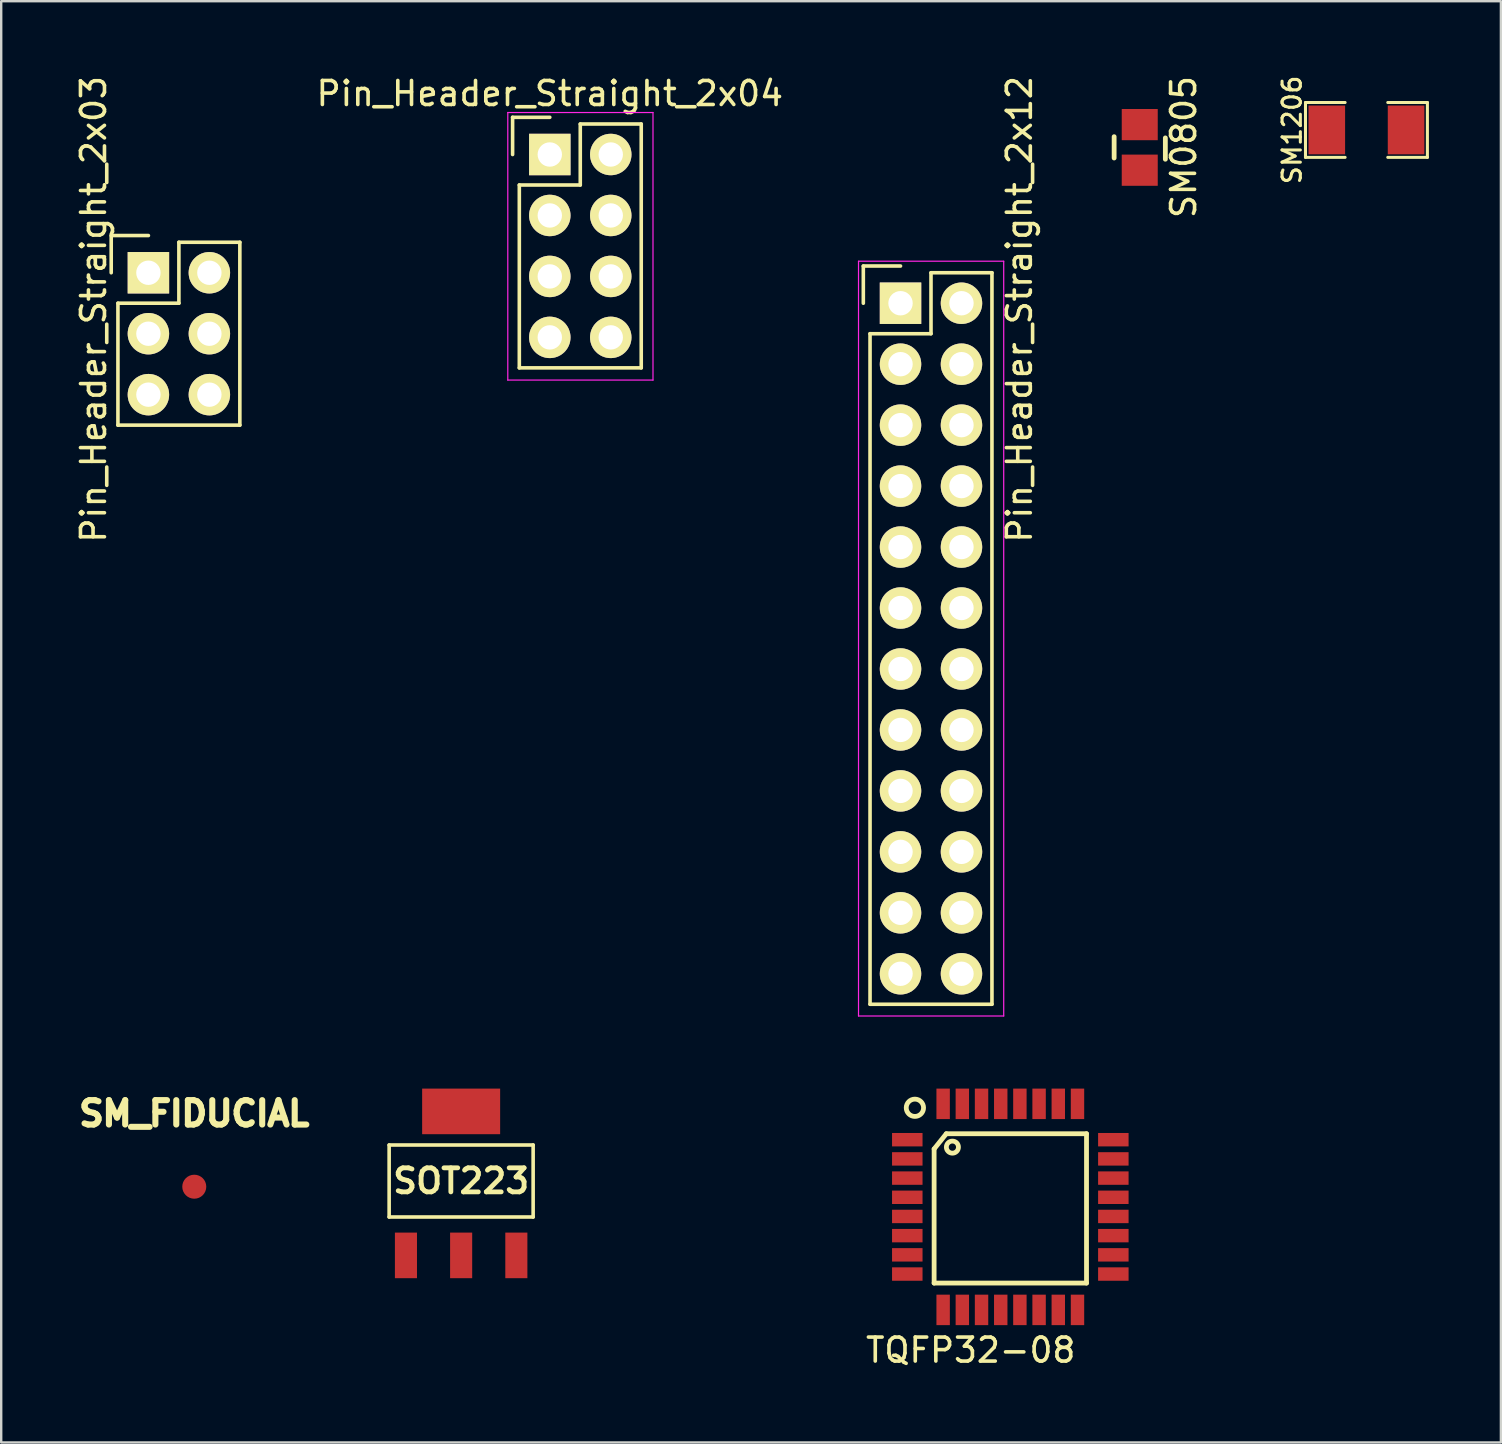
<source format=kicad_pcb>
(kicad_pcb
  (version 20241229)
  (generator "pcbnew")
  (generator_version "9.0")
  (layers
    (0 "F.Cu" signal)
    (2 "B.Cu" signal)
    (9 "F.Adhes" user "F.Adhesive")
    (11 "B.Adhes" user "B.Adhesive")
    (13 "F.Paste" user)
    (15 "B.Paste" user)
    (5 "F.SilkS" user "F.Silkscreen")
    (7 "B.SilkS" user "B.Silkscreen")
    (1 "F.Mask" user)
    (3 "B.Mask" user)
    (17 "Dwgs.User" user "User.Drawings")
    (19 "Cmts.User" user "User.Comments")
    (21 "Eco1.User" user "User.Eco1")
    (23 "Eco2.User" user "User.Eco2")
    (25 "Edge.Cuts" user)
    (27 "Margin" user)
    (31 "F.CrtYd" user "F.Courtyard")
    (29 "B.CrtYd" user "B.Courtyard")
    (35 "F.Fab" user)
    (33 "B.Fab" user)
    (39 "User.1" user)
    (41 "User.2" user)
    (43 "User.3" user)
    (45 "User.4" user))
  (footprint "Pin_Header_Straight_2x04"
    (layer "F.Cu")
    (at 19.859 3.388)
    (property "Reference" "Pin_Header_Straight_2x04" (at 0 -2.54 0) (layer "F.SilkS") (effects (font (size 1 1) (thickness 0.15))))
    (attr through_hole)
    (fp_line (start -1.55 -1.55) (end -1.55 0) (stroke (width 0.15) (type solid)) (layer "F.SilkS"))
    (fp_line (start -1.27 1.27) (end -1.27 8.89) (stroke (width 0.15) (type solid)) (layer "F.SilkS"))
    (fp_line (start -1.27 8.89) (end 3.81 8.89) (stroke (width 0.15) (type solid)) (layer "F.SilkS"))
    (fp_line (start 0 -1.55) (end -1.55 -1.55) (stroke (width 0.15) (type solid)) (layer "F.SilkS"))
    (fp_line (start 1.27 -1.27) (end 1.27 1.27) (stroke (width 0.15) (type solid)) (layer "F.SilkS"))
    (fp_line (start 1.27 1.27) (end -1.27 1.27) (stroke (width 0.15) (type solid)) (layer "F.SilkS"))
    (fp_line (start 3.81 -1.27) (end 1.27 -1.27) (stroke (width 0.15) (type solid)) (layer "F.SilkS"))
    (fp_line (start 3.81 8.89) (end 3.81 -1.27) (stroke (width 0.15) (type solid)) (layer "F.SilkS"))
    (fp_line (start -1.75 -1.75) (end -1.75 9.4) (stroke (width 0.05) (type solid)) (layer "F.CrtYd"))
    (fp_line (start -1.75 -1.75) (end 4.3 -1.75) (stroke (width 0.05) (type solid)) (layer "F.CrtYd"))
    (fp_line (start -1.75 9.4) (end 4.3 9.4) (stroke (width 0.05) (type solid)) (layer "F.CrtYd"))
    (fp_line (start 4.3 -1.75) (end 4.3 9.4) (stroke (width 0.05) (type solid)) (layer "F.CrtYd"))
    (pad "1" thru_hole rect (at 0 0) (size 1.727 1.727) (drill 1.016) (layers "*.Cu" "*.Mask" "F.SilkS"))
    (pad "2" thru_hole oval (at 2.54 0) (size 1.727 1.727) (drill 1.016) (layers "*.Cu" "*.Mask" "F.SilkS"))
    (pad "3" thru_hole oval (at 0 2.54) (size 1.727 1.727) (drill 1.016) (layers "*.Cu" "*.Mask" "F.SilkS"))
    (pad "4" thru_hole oval (at 2.54 2.54) (size 1.727 1.727) (drill 1.016) (layers "*.Cu" "*.Mask" "F.SilkS"))
    (pad "5" thru_hole oval (at 0 5.08) (size 1.727 1.727) (drill 1.016) (layers "*.Cu" "*.Mask" "F.SilkS"))
    (pad "6" thru_hole oval (at 2.54 5.08) (size 1.727 1.727) (drill 1.016) (layers "*.Cu" "*.Mask" "F.SilkS"))
    (pad "7" thru_hole oval (at 0 7.62) (size 1.727 1.727) (drill 1.016) (layers "*.Cu" "*.Mask" "F.SilkS"))
    (pad "8" thru_hole oval (at 2.54 7.62) (size 1.727 1.727) (drill 1.016) (layers "*.Cu" "*.Mask" "F.SilkS")))
  (footprint "SOT223"
    (layer "F.Cu")
    (at 29.665 44.16)
    (property "Reference" "SOT223" (at -13.5 2 0) (layer "F.SilkS") (effects (font (size 1.001 1.001) (thickness 0.201))))
    (attr smd)
    (fp_line (start -16.5 0.5) (end -16.5 3.5) (stroke (width 0.15) (type solid)) (layer "F.SilkS"))
    (fp_line (start -16.5 3.5) (end -10.5 3.5) (stroke (width 0.15) (type solid)) (layer "F.SilkS"))
    (fp_line (start -10.5 0.5) (end -16.5 0.5) (stroke (width 0.15) (type solid)) (layer "F.SilkS"))
    (fp_line (start -10.5 3.5) (end -10.5 0.5) (stroke (width 0.15) (type solid)) (layer "F.SilkS"))
    (pad "GND" smd rect (at -13.5 -0.9) (size 3.25 1.9) (layers "F.Cu" "F.Mask" "F.Paste"))
    (pad "GND" smd rect (at -13.5 5.1) (size 0.92 1.9) (layers "F.Cu" "F.Mask" "F.Paste"))
    (pad "VI" smd rect (at -11.2 5.1) (size 0.92 1.9) (layers "F.Cu" "F.Mask" "F.Paste"))
    (pad "VO" smd rect (at -15.8 5.1) (size 0.92 1.9) (layers "F.Cu" "F.Mask" "F.Paste")))
  (footprint "TQFP32-08"
    (layer "F.Cu")
    (at 39.048 47.238)
    (property "Reference" "TQFP32-08" (at -1.651 5.969 0) (layer "F.SilkS") (effects (font (size 1 1) (thickness 0.15))))
    (attr smd)
    (fp_line (start -3.175 -2.413) (end -3.175 3.175) (stroke (width 0.2) (type solid)) (layer "F.SilkS"))
    (fp_line (start -3.175 3.175) (end 3.175 3.175) (stroke (width 0.2) (type solid)) (layer "F.SilkS"))
    (fp_line (start -2.667 -3.048) (end -3.175 -2.413) (stroke (width 0.2) (type solid)) (layer "F.SilkS"))
    (fp_line (start 3.175 -3.048) (end -2.667 -3.048) (stroke (width 0.2) (type solid)) (layer "F.SilkS"))
    (fp_line (start 3.175 3.175) (end 3.175 -3.048) (stroke (width 0.2) (type solid)) (layer "F.SilkS"))
    (fp_circle (center -3.976 -4.129) (end -3.676 -3.929) (stroke (width 0.2) (type solid)) (fill no) (layer "F.SilkS"))
    (fp_circle (center -2.413 -2.489) (end -2.591 -2.667) (stroke (width 0.2) (type solid)) (fill no) (layer "F.SilkS"))
    (pad "1" smd rect (at -4.293 -2.799) (size 1.27 0.559) (layers "F.Cu" "F.Mask" "F.Paste"))
    (pad "2" smd rect (at -4.293 -1.999) (size 1.27 0.559) (layers "F.Cu" "F.Mask" "F.Paste"))
    (pad "3" smd rect (at -4.293 -1.199) (size 1.27 0.559) (layers "F.Cu" "F.Mask" "F.Paste"))
    (pad "4" smd rect (at -4.293 -0.399) (size 1.27 0.559) (layers "F.Cu" "F.Mask" "F.Paste"))
    (pad "5" smd rect (at -4.293 0.399) (size 1.27 0.559) (layers "F.Cu" "F.Mask" "F.Paste"))
    (pad "6" smd rect (at -4.293 1.199) (size 1.27 0.559) (layers "F.Cu" "F.Mask" "F.Paste"))
    (pad "7" smd rect (at -4.293 1.999) (size 1.27 0.559) (layers "F.Cu" "F.Mask" "F.Paste"))
    (pad "8" smd rect (at -4.293 2.799) (size 1.27 0.559) (layers "F.Cu" "F.Mask" "F.Paste"))
    (pad "9" smd rect (at -2.799 4.293) (size 0.559 1.27) (layers "F.Cu" "F.Mask" "F.Paste"))
    (pad "10" smd rect (at -1.999 4.293) (size 0.559 1.27) (layers "F.Cu" "F.Mask" "F.Paste"))
    (pad "11" smd rect (at -1.199 4.293) (size 0.559 1.27) (layers "F.Cu" "F.Mask" "F.Paste"))
    (pad "12" smd rect (at -0.399 4.293) (size 0.559 1.27) (layers "F.Cu" "F.Mask" "F.Paste"))
    (pad "13" smd rect (at 0.399 4.293) (size 0.559 1.27) (layers "F.Cu" "F.Mask" "F.Paste"))
    (pad "14" smd rect (at 1.199 4.293) (size 0.559 1.27) (layers "F.Cu" "F.Mask" "F.Paste"))
    (pad "15" smd rect (at 1.999 4.293) (size 0.559 1.27) (layers "F.Cu" "F.Mask" "F.Paste"))
    (pad "16" smd rect (at 2.799 4.293) (size 0.559 1.27) (layers "F.Cu" "F.Mask" "F.Paste"))
    (pad "17" smd rect (at 4.293 2.799) (size 1.27 0.559) (layers "F.Cu" "F.Mask" "F.Paste"))
    (pad "18" smd rect (at 4.293 1.999) (size 1.27 0.559) (layers "F.Cu" "F.Mask" "F.Paste"))
    (pad "19" smd rect (at 4.293 1.199) (size 1.27 0.559) (layers "F.Cu" "F.Mask" "F.Paste"))
    (pad "20" smd rect (at 4.293 0.399) (size 1.27 0.559) (layers "F.Cu" "F.Mask" "F.Paste"))
    (pad "21" smd rect (at 4.293 -0.399) (size 1.27 0.559) (layers "F.Cu" "F.Mask" "F.Paste"))
    (pad "22" smd rect (at 4.293 -1.199) (size 1.27 0.559) (layers "F.Cu" "F.Mask" "F.Paste"))
    (pad "23" smd rect (at 4.293 -1.999) (size 1.27 0.559) (layers "F.Cu" "F.Mask" "F.Paste"))
    (pad "24" smd rect (at 4.293 -2.799) (size 1.27 0.559) (layers "F.Cu" "F.Mask" "F.Paste"))
    (pad "25" smd rect (at 2.799 -4.293) (size 0.559 1.27) (layers "F.Cu" "F.Mask" "F.Paste"))
    (pad "26" smd rect (at 1.999 -4.293) (size 0.559 1.27) (layers "F.Cu" "F.Mask" "F.Paste"))
    (pad "27" smd rect (at 1.199 -4.293) (size 0.559 1.27) (layers "F.Cu" "F.Mask" "F.Paste"))
    (pad "28" smd rect (at 0.399 -4.293) (size 0.559 1.27) (layers "F.Cu" "F.Mask" "F.Paste"))
    (pad "29" smd rect (at -0.399 -4.293) (size 0.559 1.27) (layers "F.Cu" "F.Mask" "F.Paste"))
    (pad "30" smd rect (at -1.199 -4.293) (size 0.559 1.27) (layers "F.Cu" "F.Mask" "F.Paste"))
    (pad "31" smd rect (at -1.999 -4.293) (size 0.559 1.27) (layers "F.Cu" "F.Mask" "F.Paste"))
    (pad "32" smd rect (at -2.799 -4.293) (size 0.559 1.27) (layers "F.Cu" "F.Mask" "F.Paste")))
  (footprint "SM0805"
    (layer "F.Cu")
    (at 44.441 3.077)
    (property "Reference" "SM0805" (at 1.829 0 90) (layer "F.SilkS") (effects (font (size 1 1) (thickness 0.15))))
    (attr smd)
    (fp_line (start -1.067 -0.432) (end -1.067 0.457) (stroke (width 0.2) (type solid)) (layer "F.SilkS"))
    (fp_line (start 1.067 -0.381) (end 1.067 0.508) (stroke (width 0.2) (type solid)) (layer "F.SilkS"))
    (pad "1" smd rect (at 0 -0.935) (size 1.5 1.3) (layers "F.Cu" "F.Mask" "F.Paste"))
    (pad "2" smd rect (at 0 0.965) (size 1.5 1.3) (layers "F.Cu" "F.Mask" "F.Paste")))
  (footprint "SM1206"
    (layer "F.Cu")
    (at 53.887 2.364)
    (property "Reference" "SM1206" (at -3.1 0 90) (layer "F.SilkS") (effects (font (size 0.762 0.762) (thickness 0.127))))
    (attr smd)
    (fp_line (start -2.54 -1.143) (end -2.54 1.143) (stroke (width 0.127) (type solid)) (layer "F.SilkS"))
    (fp_line (start -2.54 1.143) (end -0.889 1.143) (stroke (width 0.127) (type solid)) (layer "F.SilkS"))
    (fp_line (start -0.889 -1.143) (end -2.54 -1.143) (stroke (width 0.127) (type solid)) (layer "F.SilkS"))
    (fp_line (start 0.889 -1.143) (end 2.54 -1.143) (stroke (width 0.127) (type solid)) (layer "F.SilkS"))
    (fp_line (start 2.54 -1.143) (end 2.54 1.143) (stroke (width 0.127) (type solid)) (layer "F.SilkS"))
    (fp_line (start 2.54 1.143) (end 0.889 1.143) (stroke (width 0.127) (type solid)) (layer "F.SilkS"))
    (pad "1" smd rect (at -1.651 0) (size 1.524 2.032) (layers "F.Cu" "F.Mask" "F.Paste"))
    (pad "2" smd rect (at 1.651 0) (size 1.524 2.032) (layers "F.Cu" "F.Mask" "F.Paste")))
  (footprint "Pin_Header_Straight_2x03"
    (layer "F.Cu")
    (at 3.134 8.315)
    (property "Reference" "Pin_Header_Straight_2x03" (at -2.286 1.524 90) (layer "F.SilkS") (effects (font (size 1 1) (thickness 0.15))))
    (attr through_hole)
    (fp_line (start -1.55 -1.55) (end -1.55 0) (stroke (width 0.15) (type solid)) (layer "F.SilkS"))
    (fp_line (start -1.27 1.27) (end -1.27 6.35) (stroke (width 0.15) (type solid)) (layer "F.SilkS"))
    (fp_line (start -1.27 6.35) (end 3.81 6.35) (stroke (width 0.15) (type solid)) (layer "F.SilkS"))
    (fp_line (start 0 -1.55) (end -1.55 -1.55) (stroke (width 0.15) (type solid)) (layer "F.SilkS"))
    (fp_line (start 1.27 -1.27) (end 1.27 1.27) (stroke (width 0.15) (type solid)) (layer "F.SilkS"))
    (fp_line (start 1.27 1.27) (end -1.27 1.27) (stroke (width 0.15) (type solid)) (layer "F.SilkS"))
    (fp_line (start 3.81 -1.27) (end 1.27 -1.27) (stroke (width 0.15) (type solid)) (layer "F.SilkS"))
    (fp_line (start 3.81 -1.27) (end 3.81 6.35) (stroke (width 0.15) (type solid)) (layer "F.SilkS"))
    (pad "1" thru_hole rect (at 0 0) (size 1.727 1.727) (drill 1.016) (layers "*.Cu" "*.Mask" "F.SilkS"))
    (pad "2" thru_hole oval (at 2.54 0) (size 1.727 1.727) (drill 1.016) (layers "*.Cu" "*.Mask" "F.SilkS"))
    (pad "3" thru_hole oval (at 0 2.54) (size 1.727 1.727) (drill 1.016) (layers "*.Cu" "*.Mask" "F.SilkS"))
    (pad "4" thru_hole oval (at 2.54 2.54) (size 1.727 1.727) (drill 1.016) (layers "*.Cu" "*.Mask" "F.SilkS"))
    (pad "5" thru_hole oval (at 0 5.08) (size 1.727 1.727) (drill 1.016) (layers "*.Cu" "*.Mask" "F.SilkS"))
    (pad "6" thru_hole oval (at 2.54 5.08) (size 1.727 1.727) (drill 1.016) (layers "*.Cu" "*.Mask" "F.SilkS")))
  (footprint "Pin_Header_Straight_2x12"
    (layer "F.Cu")
    (at 34.473 9.585)
    (property "Reference" "Pin_Header_Straight_2x12" (at 4.953 0.254 90) (layer "F.SilkS") (effects (font (size 1 1) (thickness 0.15))))
    (attr through_hole)
    (fp_line (start -1.55 -1.55) (end -1.55 0) (stroke (width 0.15) (type solid)) (layer "F.SilkS"))
    (fp_line (start -1.27 1.27) (end -1.27 29.21) (stroke (width 0.15) (type solid)) (layer "F.SilkS"))
    (fp_line (start 0 -1.55) (end -1.55 -1.55) (stroke (width 0.15) (type solid)) (layer "F.SilkS"))
    (fp_line (start 1.27 -1.27) (end 1.27 1.27) (stroke (width 0.15) (type solid)) (layer "F.SilkS"))
    (fp_line (start 1.27 1.27) (end -1.27 1.27) (stroke (width 0.15) (type solid)) (layer "F.SilkS"))
    (fp_line (start 3.81 -1.27) (end 1.27 -1.27) (stroke (width 0.15) (type solid)) (layer "F.SilkS"))
    (fp_line (start 3.81 29.21) (end -1.27 29.21) (stroke (width 0.15) (type solid)) (layer "F.SilkS"))
    (fp_line (start 3.81 29.21) (end 3.81 -1.27) (stroke (width 0.15) (type solid)) (layer "F.SilkS"))
    (fp_line (start -1.75 -1.75) (end -1.75 29.7) (stroke (width 0.05) (type solid)) (layer "F.CrtYd"))
    (fp_line (start -1.75 -1.75) (end 4.3 -1.75) (stroke (width 0.05) (type solid)) (layer "F.CrtYd"))
    (fp_line (start -1.75 29.7) (end 4.3 29.7) (stroke (width 0.05) (type solid)) (layer "F.CrtYd"))
    (fp_line (start 4.3 -1.75) (end 4.3 29.7) (stroke (width 0.05) (type solid)) (layer "F.CrtYd"))
    (pad "1" thru_hole rect (at 0 0) (size 1.727 1.727) (drill 1.016) (layers "*.Cu" "*.Mask" "F.SilkS"))
    (pad "2" thru_hole oval (at 2.54 0) (size 1.727 1.727) (drill 1.016) (layers "*.Cu" "*.Mask" "F.SilkS"))
    (pad "3" thru_hole oval (at 0 2.54) (size 1.727 1.727) (drill 1.016) (layers "*.Cu" "*.Mask" "F.SilkS"))
    (pad "4" thru_hole oval (at 2.54 2.54) (size 1.727 1.727) (drill 1.016) (layers "*.Cu" "*.Mask" "F.SilkS"))
    (pad "5" thru_hole oval (at 0 5.08) (size 1.727 1.727) (drill 1.016) (layers "*.Cu" "*.Mask" "F.SilkS"))
    (pad "6" thru_hole oval (at 2.54 5.08) (size 1.727 1.727) (drill 1.016) (layers "*.Cu" "*.Mask" "F.SilkS"))
    (pad "7" thru_hole oval (at 0 7.62) (size 1.727 1.727) (drill 1.016) (layers "*.Cu" "*.Mask" "F.SilkS"))
    (pad "8" thru_hole oval (at 2.54 7.62) (size 1.727 1.727) (drill 1.016) (layers "*.Cu" "*.Mask" "F.SilkS"))
    (pad "9" thru_hole oval (at 0 10.16) (size 1.727 1.727) (drill 1.016) (layers "*.Cu" "*.Mask" "F.SilkS"))
    (pad "10" thru_hole oval (at 2.54 10.16) (size 1.727 1.727) (drill 1.016) (layers "*.Cu" "*.Mask" "F.SilkS"))
    (pad "11" thru_hole oval (at 0 12.7) (size 1.727 1.727) (drill 1.016) (layers "*.Cu" "*.Mask" "F.SilkS"))
    (pad "12" thru_hole oval (at 2.54 12.7) (size 1.727 1.727) (drill 1.016) (layers "*.Cu" "*.Mask" "F.SilkS"))
    (pad "13" thru_hole oval (at 0 15.24) (size 1.727 1.727) (drill 1.016) (layers "*.Cu" "*.Mask" "F.SilkS"))
    (pad "14" thru_hole oval (at 2.54 15.24) (size 1.727 1.727) (drill 1.016) (layers "*.Cu" "*.Mask" "F.SilkS"))
    (pad "15" thru_hole oval (at 0 17.78) (size 1.727 1.727) (drill 1.016) (layers "*.Cu" "*.Mask" "F.SilkS"))
    (pad "16" thru_hole oval (at 2.54 17.78) (size 1.727 1.727) (drill 1.016) (layers "*.Cu" "*.Mask" "F.SilkS"))
    (pad "17" thru_hole oval (at 0 20.32) (size 1.727 1.727) (drill 1.016) (layers "*.Cu" "*.Mask" "F.SilkS"))
    (pad "18" thru_hole oval (at 2.54 20.32) (size 1.727 1.727) (drill 1.016) (layers "*.Cu" "*.Mask" "F.SilkS"))
    (pad "19" thru_hole oval (at 0 22.86) (size 1.727 1.727) (drill 1.016) (layers "*.Cu" "*.Mask" "F.SilkS"))
    (pad "20" thru_hole oval (at 2.54 22.86) (size 1.727 1.727) (drill 1.016) (layers "*.Cu" "*.Mask" "F.SilkS"))
    (pad "21" thru_hole oval (at 0 25.4) (size 1.727 1.727) (drill 1.016) (layers "*.Cu" "*.Mask" "F.SilkS"))
    (pad "22" thru_hole oval (at 2.54 25.4) (size 1.727 1.727) (drill 1.016) (layers "*.Cu" "*.Mask" "F.SilkS"))
    (pad "23" thru_hole oval (at 0 27.94) (size 1.727 1.727) (drill 1.016) (layers "*.Cu" "*.Mask" "F.SilkS"))
    (pad "24" thru_hole oval (at 2.54 27.94) (size 1.727 1.727) (drill 1.016) (layers "*.Cu" "*.Mask" "F.SilkS")))
  (footprint "SM_FIDUCIAL"
    (layer "F.Cu")
    (at 5.045 46.398)
    (property "Reference" "SM_FIDUCIAL" (at 0 -3.048 0) (layer "F.SilkS") (effects (font (size 1.016 1.016) (thickness 0.254))))
    (attr through_hole)
    (pad "1" smd circle (at 0 0) (size 1 1) (layers "F.Cu" "F.Mask")))
  (gr_rect
    (start -3 -3)
    (end 59.49 57.055)
    (stroke (width 0.1) (type default))
    (fill no)
    (layer "Edge.Cuts")))
</source>
